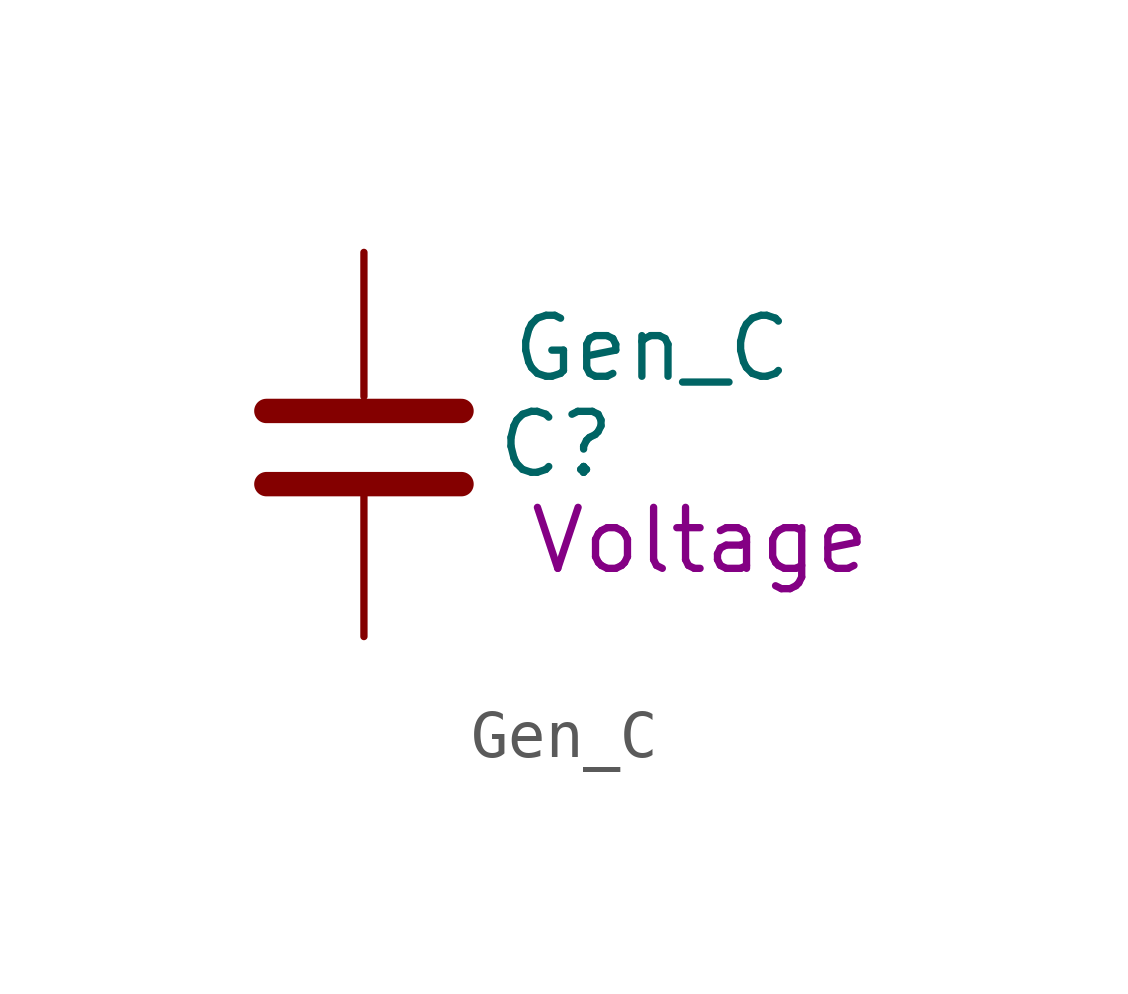
<source format=kicad_sym>
(kicad_symbol_lib
  (version 20211014)
  (generator kicad_symbol_editor)
  (symbol "Gen_C"
    (pin_numbers hide)
    (pin_names
      (offset 0) hide)
    (property "Reference" "C"
      (at 4 -4 0)
      (effects (font (size 1.27 1.27))))
    (property "Value" "Gen_C"
      (at 6 -2 0)
      (effects (font (size 1.27 1.27))))
    (property "Voltage" "Voltage"
      (at 7 -6 0)
      (effects (font (size 1.27 1.27))))
    (symbol "Gen_C_0_1"
      (polyline (pts (xy -2.032 -4.826) (xy 2.032 -4.826)) (stroke (width 0.508) (type default) (color 0 0 0 0)) (fill (type none)))
      (polyline (pts (xy -2.032 -3.302) (xy 2.032 -3.302)) (stroke (width 0.508) (type default) (color 0 0 0 0)) (fill (type none))))
    (symbol "Gen_C_1_1"
      (pin passive line (at 0 0 270) (length 3) (name "~" (effects (font (size 1.27 1.27)))) (number "1" (effects (font (size 1.27 1.27)))))
      (pin passive line (at 0 -8 90) (length 3) (name "~" (effects (font (size 1.27 1.27)))) (number "2" (effects (font (size 1.27 1.27))))))))
</source>
